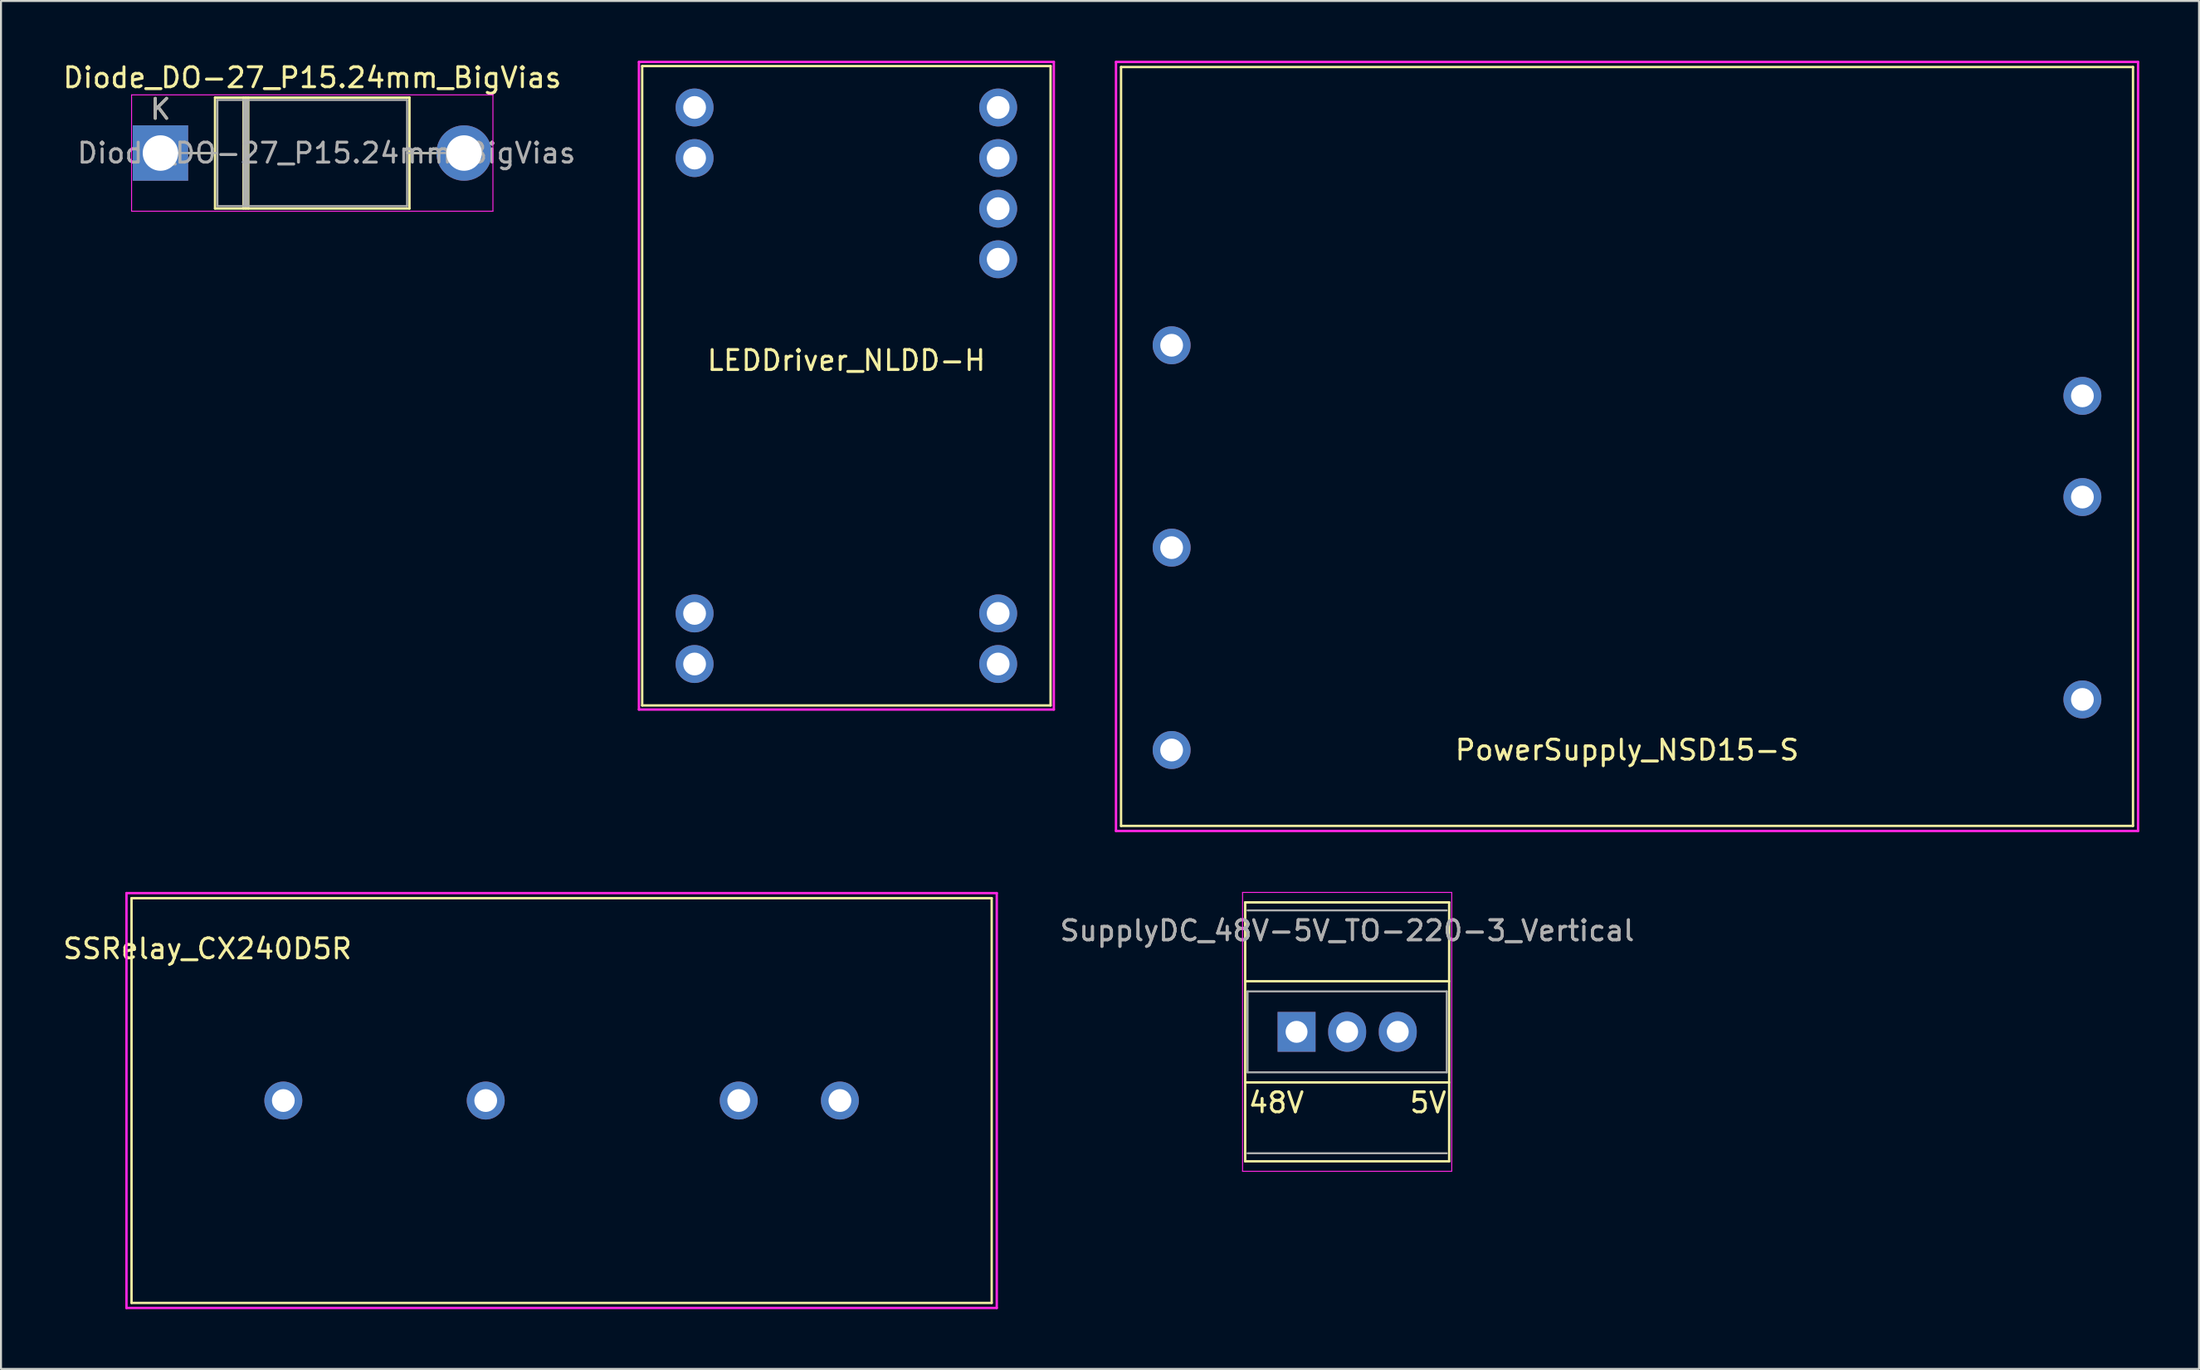
<source format=kicad_pcb>
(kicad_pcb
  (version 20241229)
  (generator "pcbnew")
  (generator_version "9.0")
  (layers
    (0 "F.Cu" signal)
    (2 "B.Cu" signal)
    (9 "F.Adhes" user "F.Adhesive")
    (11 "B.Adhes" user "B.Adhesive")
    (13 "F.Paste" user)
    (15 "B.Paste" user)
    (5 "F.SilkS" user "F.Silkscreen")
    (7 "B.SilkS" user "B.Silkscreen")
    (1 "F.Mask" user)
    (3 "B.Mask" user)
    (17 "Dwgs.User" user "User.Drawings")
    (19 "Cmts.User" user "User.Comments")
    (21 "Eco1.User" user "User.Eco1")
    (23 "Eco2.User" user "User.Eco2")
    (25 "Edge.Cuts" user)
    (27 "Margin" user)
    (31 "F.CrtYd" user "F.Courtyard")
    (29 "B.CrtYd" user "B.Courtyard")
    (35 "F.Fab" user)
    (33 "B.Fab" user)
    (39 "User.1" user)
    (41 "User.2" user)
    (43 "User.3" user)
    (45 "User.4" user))
  (footprint "LEDDriver_NLDD-H"
    (layer "F.Cu")
    (at 39.438 16.316)
    (property "Reference" "LEDDriver_NLDD-H" (at 0 -1.27 0) (layer "F.SilkS") (effects (font (size 1 1) (thickness 0.15))))
    (attr through_hole)
    (fp_line (start -10.25 -16.05) (end 10.25 -16.05) (stroke (width 0.12) (type solid)) (layer "F.SilkS"))
    (fp_line (start -10.25 16.05) (end -10.25 -16.05) (stroke (width 0.12) (type solid)) (layer "F.SilkS"))
    (fp_line (start 10.25 -16.05) (end 10.25 16.05) (stroke (width 0.12) (type solid)) (layer "F.SilkS"))
    (fp_line (start 10.25 16.05) (end -10.25 16.05) (stroke (width 0.12) (type solid)) (layer "F.SilkS"))
    (fp_line (start -10.414 -16.256) (end 10.414 -16.256) (stroke (width 0.12) (type solid)) (layer "F.CrtYd"))
    (fp_line (start -10.414 16.256) (end -10.414 -16.256) (stroke (width 0.12) (type solid)) (layer "F.CrtYd"))
    (fp_line (start 10.414 -16.256) (end 10.414 16.256) (stroke (width 0.12) (type solid)) (layer "F.CrtYd"))
    (fp_line (start 10.414 16.256) (end -10.414 16.256) (stroke (width 0.12) (type solid)) (layer "F.CrtYd"))
    (pad "1" thru_hole circle (at -7.62 -13.97) (size 1.905 1.905) (drill 1.143) (layers "*.Cu" "*.Mask"))
    (pad "2" thru_hole circle (at -7.62 -11.43) (size 1.905 1.905) (drill 1.143) (layers "*.Cu" "*.Mask"))
    (pad "11" thru_hole circle (at -7.62 11.43) (size 1.905 1.905) (drill 1.143) (layers "*.Cu" "*.Mask"))
    (pad "12" thru_hole circle (at -7.62 13.97) (size 1.905 1.905) (drill 1.143) (layers "*.Cu" "*.Mask"))
    (pad "13" thru_hole circle (at 7.62 13.97) (size 1.905 1.905) (drill 1.143) (layers "*.Cu" "*.Mask"))
    (pad "14" thru_hole circle (at 7.62 11.43) (size 1.905 1.905) (drill 1.143) (layers "*.Cu" "*.Mask"))
    (pad "21" thru_hole circle (at 7.62 -6.35) (size 1.905 1.905) (drill 1.143) (layers "*.Cu" "*.Mask"))
    (pad "22" thru_hole circle (at 7.62 -8.89) (size 1.905 1.905) (drill 1.143) (layers "*.Cu" "*.Mask"))
    (pad "23" thru_hole circle (at 7.62 -11.43) (size 1.905 1.905) (drill 1.143) (layers "*.Cu" "*.Mask"))
    (pad "24" thru_hole circle (at 7.62 -13.97) (size 1.905 1.905) (drill 1.143) (layers "*.Cu" "*.Mask")))
  (footprint "PowerSupply_NSD15-S"
    (layer "F.Cu")
    (at 78.626 38.414)
    (property "Reference" "PowerSupply_NSD15-S" (at 0 -3.81 0) (layer "F.SilkS") (effects (font (size 1 1) (thickness 0.15))))
    (attr through_hole)
    (fp_line (start -25.4 -38.1) (end 25.4 -38.1) (stroke (width 0.12) (type solid)) (layer "F.SilkS"))
    (fp_line (start -25.4 0) (end -25.4 -38.1) (stroke (width 0.12) (type solid)) (layer "F.SilkS"))
    (fp_line (start 25.4 -38.1) (end 25.4 0) (stroke (width 0.12) (type solid)) (layer "F.SilkS"))
    (fp_line (start 25.4 0) (end -25.4 0) (stroke (width 0.12) (type solid)) (layer "F.SilkS"))
    (fp_line (start -25.654 -38.354) (end 25.654 -38.354) (stroke (width 0.12) (type solid)) (layer "F.CrtYd"))
    (fp_line (start -25.654 0.254) (end -25.654 -38.354) (stroke (width 0.12) (type solid)) (layer "F.CrtYd"))
    (fp_line (start 25.654 -38.354) (end 25.654 0.254) (stroke (width 0.12) (type solid)) (layer "F.CrtYd"))
    (fp_line (start 25.654 0.254) (end -25.654 0.254) (stroke (width 0.12) (type solid)) (layer "F.CrtYd"))
    (pad "1" thru_hole circle (at 22.86 -21.59) (size 1.905 1.905) (drill 1.143) (layers "*.Cu" "*.Mask"))
    (pad "2" thru_hole circle (at 22.86 -16.51) (size 1.905 1.905) (drill 1.143) (layers "*.Cu" "*.Mask"))
    (pad "4" thru_hole circle (at 22.86 -6.35) (size 1.905 1.905) (drill 1.143) (layers "*.Cu" "*.Mask"))
    (pad "6" thru_hole circle (at -22.86 -24.13) (size 1.905 1.905) (drill 1.143) (layers "*.Cu" "*.Mask"))
    (pad "7" thru_hole circle (at -22.86 -13.97) (size 1.905 1.905) (drill 1.143) (layers "*.Cu" "*.Mask"))
    (pad "8" thru_hole circle (at -22.86 -3.81) (size 1.905 1.905) (drill 1.143) (layers "*.Cu" "*.Mask")))
  (footprint "SupplyDC_48V-5V_TO-220-3_Vertical"
    (layer "F.Cu")
    (at 62.037 48.753)
    (property "Reference" "SupplyDC_48V-5V_TO-220-3_Vertical" (at 2.54 -5.08 0) (layer "F.Fab") (effects (font (size 1 1) (thickness 0.15))))
    (attr through_hole)
    (fp_line (start -2.58 -6.5) (end -2.58 6.5) (stroke (width 0.12) (type solid)) (layer "F.SilkS"))
    (fp_line (start -2.58 -6.5) (end 7.66 -6.5) (stroke (width 0.12) (type solid)) (layer "F.SilkS"))
    (fp_line (start -2.58 -2.54) (end 7.66 -2.54) (stroke (width 0.12) (type solid)) (layer "F.SilkS"))
    (fp_line (start -2.58 2.54) (end 7.66 2.54) (stroke (width 0.12) (type solid)) (layer "F.SilkS"))
    (fp_line (start -2.58 6.5) (end 7.66 6.5) (stroke (width 0.12) (type solid)) (layer "F.SilkS"))
    (fp_line (start 7.66 -6.5) (end 7.66 6.5) (stroke (width 0.12) (type solid)) (layer "F.SilkS"))
    (fp_line (start -2.71 -7) (end -2.71 7) (stroke (width 0.05) (type solid)) (layer "F.CrtYd"))
    (fp_line (start -2.71 7) (end 7.79 7) (stroke (width 0.05) (type solid)) (layer "F.CrtYd"))
    (fp_line (start 7.79 -7) (end -2.71 -7) (stroke (width 0.05) (type solid)) (layer "F.CrtYd"))
    (fp_line (start 7.79 7) (end 7.79 -7) (stroke (width 0.05) (type solid)) (layer "F.CrtYd"))
    (fp_line (start -2.46 -2.032) (end -2.46 2.032) (stroke (width 0.1) (type solid)) (layer "F.Fab"))
    (fp_line (start -2.46 -2.032) (end 7.54 -2.032) (stroke (width 0.1) (type solid)) (layer "F.Fab"))
    (fp_line (start -2.46 2.032) (end 7.54 2.032) (stroke (width 0.1) (type solid)) (layer "F.Fab"))
    (fp_line (start 7.54 -6.096) (end -2.46 -6.096) (stroke (width 0.1) (type solid)) (layer "F.Fab"))
    (fp_line (start 7.54 2.032) (end 7.54 -2.032) (stroke (width 0.1) (type solid)) (layer "F.Fab"))
    (fp_line (start 7.54 6.096) (end -2.46 6.096) (stroke (width 0.1) (type solid)) (layer "F.Fab"))
    (fp_text user "48V" (at -1.016 3.556 0) (unlocked yes) (layer "F.SilkS") (effects (font (size 1 1) (thickness 0.15))))
    (fp_text user "5V" (at 6.604 3.556 0) (unlocked yes) (layer "F.SilkS") (effects (font (size 1 1) (thickness 0.15))))
    (fp_text user "${REFERENCE}" (at 2.54 -5.08 0) (layer "F.Fab") (effects (font (size 1 1) (thickness 0.15))))
    (pad "1" thru_hole rect (at 0 0) (size 1.905 2) (drill 1.1) (layers "*.Cu" "*.Mask"))
    (pad "2" thru_hole oval (at 2.54 0) (size 1.905 2) (drill 1.1) (layers "*.Cu" "*.Mask"))
    (pad "3" thru_hole oval (at 5.08 0) (size 1.905 2) (drill 1.1) (layers "*.Cu" "*.Mask")))
  (footprint "SSRelay_CX240D5R"
    (layer "F.Cu")
    (at 11.173 52.202)
    (property "Reference" "SSRelay_CX240D5R" (at -3.81 -7.62 0) (layer "F.SilkS") (effects (font (size 1 1) (thickness 0.15))))
    (attr through_hole)
    (fp_line (start -7.62 -10.16) (end 35.56 -10.16) (stroke (width 0.12) (type solid)) (layer "F.SilkS"))
    (fp_line (start -7.62 10.16) (end -7.62 -10.16) (stroke (width 0.12) (type solid)) (layer "F.SilkS"))
    (fp_line (start 35.56 -10.16) (end 35.56 10.16) (stroke (width 0.12) (type solid)) (layer "F.SilkS"))
    (fp_line (start 35.56 10.16) (end -7.62 10.16) (stroke (width 0.12) (type solid)) (layer "F.SilkS"))
    (fp_line (start -7.874 -10.414) (end 35.814 -10.414) (stroke (width 0.12) (type solid)) (layer "F.CrtYd"))
    (fp_line (start -7.874 10.414) (end -7.874 -10.414) (stroke (width 0.12) (type solid)) (layer "F.CrtYd"))
    (fp_line (start 35.814 -10.414) (end 35.814 10.414) (stroke (width 0.12) (type solid)) (layer "F.CrtYd"))
    (fp_line (start 35.814 10.414) (end -7.874 10.414) (stroke (width 0.12) (type solid)) (layer "F.CrtYd"))
    (pad "1" thru_hole circle (at 0 0) (size 1.905 1.905) (drill 1.143) (layers "*.Cu" "*.Mask"))
    (pad "2" thru_hole circle (at 10.16 0) (size 1.905 1.905) (drill 1.143) (layers "*.Cu" "*.Mask"))
    (pad "3" thru_hole circle (at 22.86 0) (size 1.905 1.905) (drill 1.143) (layers "*.Cu" "*.Mask"))
    (pad "4" thru_hole circle (at 27.94 0) (size 1.905 1.905) (drill 1.143) (layers "*.Cu" "*.Mask")))
  (footprint "Diode_DO-27_P15.24mm_BigVias"
    (layer "F.Cu")
    (at 5.005 4.633)
    (property "Reference" "Diode_DO-27_P15.24mm_BigVias" (at 7.62 -3.785 0) (layer "F.SilkS") (effects (font (size 1 1) (thickness 0.15))))
    (attr through_hole)
    (fp_line (start 1.44 0) (end 2.74 0) (stroke (width 0.12) (type solid)) (layer "F.SilkS"))
    (fp_line (start 2.74 -2.785) (end 2.74 2.785) (stroke (width 0.12) (type solid)) (layer "F.SilkS"))
    (fp_line (start 2.74 2.785) (end 12.5 2.785) (stroke (width 0.12) (type solid)) (layer "F.SilkS"))
    (fp_line (start 4.168 -2.785) (end 4.168 2.785) (stroke (width 0.12) (type solid)) (layer "F.SilkS"))
    (fp_line (start 4.288 -2.785) (end 4.288 2.785) (stroke (width 0.12) (type solid)) (layer "F.SilkS"))
    (fp_line (start 4.408 -2.785) (end 4.408 2.785) (stroke (width 0.12) (type solid)) (layer "F.SilkS"))
    (fp_line (start 12.5 -2.785) (end 2.74 -2.785) (stroke (width 0.12) (type solid)) (layer "F.SilkS"))
    (fp_line (start 12.5 2.785) (end 12.5 -2.785) (stroke (width 0.12) (type solid)) (layer "F.SilkS"))
    (fp_line (start 13.8 0) (end 12.5 0) (stroke (width 0.12) (type solid)) (layer "F.SilkS"))
    (fp_line (start -1.45 -2.92) (end -1.45 2.92) (stroke (width 0.05) (type solid)) (layer "F.CrtYd"))
    (fp_line (start -1.45 2.92) (end 16.69 2.92) (stroke (width 0.05) (type solid)) (layer "F.CrtYd"))
    (fp_line (start 16.69 -2.92) (end -1.45 -2.92) (stroke (width 0.05) (type solid)) (layer "F.CrtYd"))
    (fp_line (start 16.69 2.92) (end 16.69 -2.92) (stroke (width 0.05) (type solid)) (layer "F.CrtYd"))
    (fp_line (start 0 0) (end 2.86 0) (stroke (width 0.1) (type solid)) (layer "F.Fab"))
    (fp_line (start 2.86 -2.665) (end 2.86 2.665) (stroke (width 0.1) (type solid)) (layer "F.Fab"))
    (fp_line (start 2.86 2.665) (end 12.38 2.665) (stroke (width 0.1) (type solid)) (layer "F.Fab"))
    (fp_line (start 4.188 -2.665) (end 4.188 2.665) (stroke (width 0.1) (type solid)) (layer "F.Fab"))
    (fp_line (start 4.288 -2.665) (end 4.288 2.665) (stroke (width 0.1) (type solid)) (layer "F.Fab"))
    (fp_line (start 4.388 -2.665) (end 4.388 2.665) (stroke (width 0.1) (type solid)) (layer "F.Fab"))
    (fp_line (start 12.38 -2.665) (end 2.86 -2.665) (stroke (width 0.1) (type solid)) (layer "F.Fab"))
    (fp_line (start 12.38 2.665) (end 12.38 -2.665) (stroke (width 0.1) (type solid)) (layer "F.Fab"))
    (fp_line (start 15.24 0) (end 12.38 0) (stroke (width 0.1) (type solid)) (layer "F.Fab"))
    (fp_text user "K" (at 0 -2.2 0) (layer "F.SilkS") (effects (font (size 1 1) (thickness 0.15))))
    (fp_text user "${REFERENCE}" (at 8.334 0 0) (layer "F.Fab") (effects (font (size 1 1) (thickness 0.15))))
    (fp_text user "K" (at 0 -2.2 0) (layer "F.Fab") (effects (font (size 1 1) (thickness 0.15))))
    (pad "1" thru_hole rect (at 0 0) (size 2.78 2.78) (drill 1.78) (layers "*.Cu" "*.Mask"))
    (pad "2" thru_hole circle (at 15.24 0) (size 2.78 2.78) (drill 1.78) (layers "*.Cu" "*.Mask")))
  (gr_rect
    (start -3 -3)
    (end 107.34 65.676)
    (stroke (width 0.1) (type default))
    (fill no)
    (layer "Edge.Cuts")))
</source>
